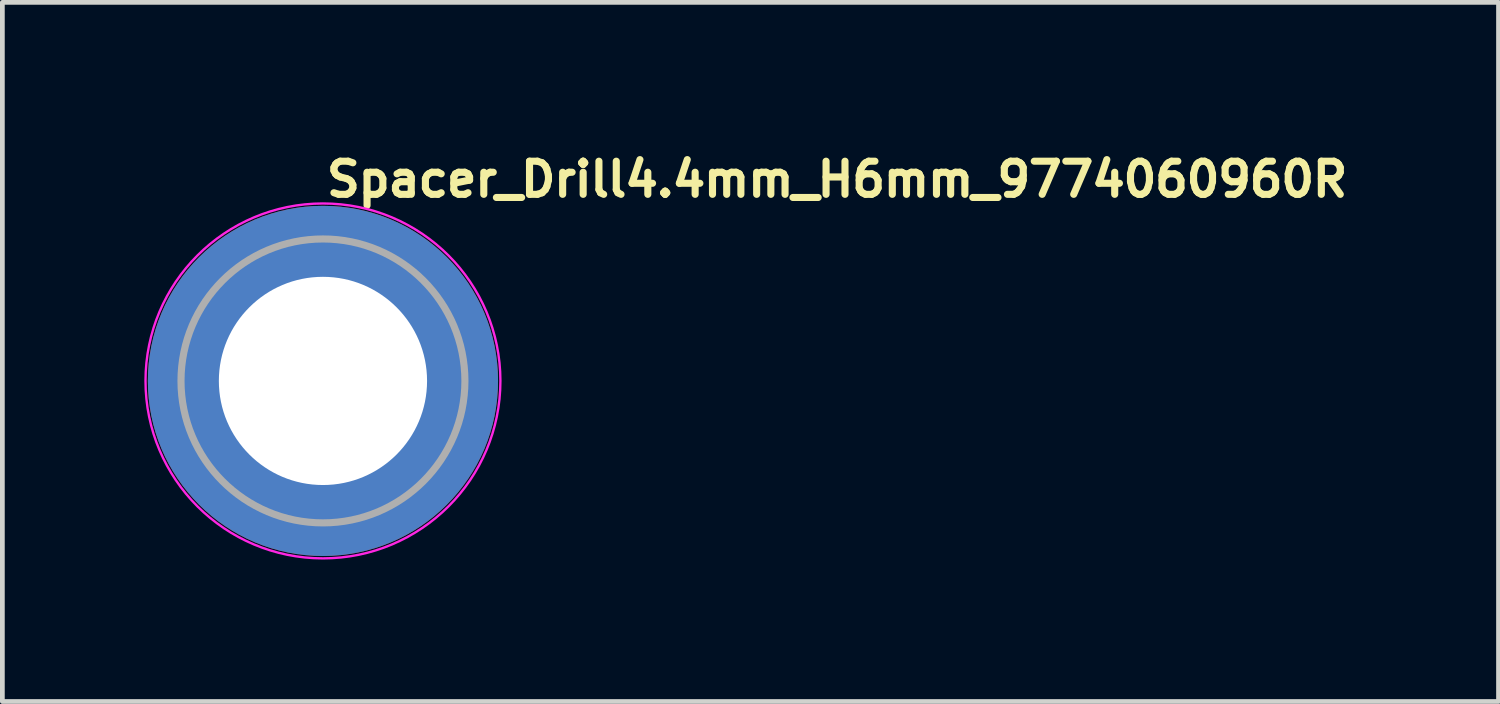
<source format=kicad_pcb>
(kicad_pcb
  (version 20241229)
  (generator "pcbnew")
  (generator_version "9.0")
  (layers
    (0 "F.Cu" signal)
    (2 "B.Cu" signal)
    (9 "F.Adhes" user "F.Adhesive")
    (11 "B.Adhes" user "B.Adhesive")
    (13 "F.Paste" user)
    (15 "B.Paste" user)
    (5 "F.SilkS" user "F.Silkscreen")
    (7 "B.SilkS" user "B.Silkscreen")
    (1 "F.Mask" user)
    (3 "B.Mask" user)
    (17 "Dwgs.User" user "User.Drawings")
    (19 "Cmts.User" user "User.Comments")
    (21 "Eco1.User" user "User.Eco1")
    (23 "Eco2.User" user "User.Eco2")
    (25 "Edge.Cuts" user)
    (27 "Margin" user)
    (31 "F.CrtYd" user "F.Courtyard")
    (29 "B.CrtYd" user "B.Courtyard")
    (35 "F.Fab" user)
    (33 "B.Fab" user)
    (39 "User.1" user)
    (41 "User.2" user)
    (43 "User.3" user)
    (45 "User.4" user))
  (footprint "Spacer_Drill4.4mm_H6mm_9774060960R"
    (layer "F.Cu")
    (at 3.775 5)
    (property "Reference" "Spacer_Drill4.4mm_H6mm_9774060960R" (at 0 -3.85 0) (layer "F.SilkS") (effects (font (size 0.7 0.7) (thickness 0.15)) (justify left bottom)))
    (attr smd)
    (fp_circle (center 0 0) (end 3.75 0) (stroke (width 0.05) (type solid)) (fill no) (layer "F.CrtYd"))
    (fp_circle (center 0 0) (end 3 0) (stroke (width 0.15) (type solid)) (fill no) (layer "F.Fab"))
    (fp_circle (center 0 0) (end 1.2 0) (stroke (width 0.02) (type default)) (fill no) (layer "User.9"))
    (fp_circle (center 0 0) (end 3 0) (stroke (width 0.02) (type default)) (fill no) (layer "User.9"))
    (pad "" smd custom (at -2.1 -2.1) (size 0.7 0.7) (layers "F.Paste") (options (anchor circle)) (primitives (gr_arc (start -0.377294 1.707681) (mid 0.317578 0.318818) (end 1.705945 -0.377044) (width 0.2)) (gr_arc (start -0.478281 1.707681) (mid 0.244583 0.250396) (end 1.699539 -0.477144) (width 0.2)) (gr_arc (start -0.579192 1.707681) (mid 0.173852 0.179706) (end 1.699475 -0.57809) (width 0.2)) (gr_arc (start -0.680037 1.707681) (mid 0.102165 0.109975) (end 1.696729 -0.678615) (width 0.2)) (gr_arc (start -0.780822 1.707681) (mid 0.031098 0.039621) (end 1.695722 -0.779322) (width 0.2)) (gr_arc (start -0.881554 1.707681) (mid -0.041167 -0.029528) (end 1.691343 -0.879562) (width 0.2)) (gr_arc (start -0.982237 1.707681) (mid -0.109168 -0.10296) (end 1.69896 -0.98122) (width 0.2)) (gr_arc (start -1.082877 1.707681) (mid -0.184209 -0.16932) (end 1.686763 -1.080475) (width 0.2)) (gr_arc (start -1.183476 1.707681) (mid -0.252982 -0.241979) (end 1.692214 -1.181768) (width 0.2)) (gr_arc (start -1.28404 1.707681) (mid -0.319065 -0.317332) (end 1.705244 -1.283783) (width 0.2)) (gr_line (start 1.708 -0.377) (end 1.708 -1.284) (width 0.2)) (gr_line (start -0.377 1.708) (end -1.284 1.708) (width 0.2))))
    (pad "" smd custom (at -2.1 2.1) (size 0.7 0.7) (layers "F.Paste") (options (anchor circle)) (primitives (gr_arc (start 1.707681 0.377294) (mid 0.318818 -0.317578) (end -0.377044 -1.705945) (width 0.2)) (gr_arc (start 1.707681 0.478281) (mid 0.250396 -0.244583) (end -0.477144 -1.699539) (width 0.2)) (gr_arc (start 1.707681 0.579192) (mid 0.179706 -0.173852) (end -0.57809 -1.699475) (width 0.2)) (gr_arc (start 1.707681 0.680037) (mid 0.109975 -0.102165) (end -0.678615 -1.696729) (width 0.2)) (gr_arc (start 1.707681 0.780822) (mid 0.039621 -0.031098) (end -0.779322 -1.695722) (width 0.2)) (gr_arc (start 1.707681 0.881554) (mid -0.029528 0.041167) (end -0.879562 -1.691343) (width 0.2)) (gr_arc (start 1.707681 0.982237) (mid -0.10485 0.107282) (end -0.981842 -1.704264) (width 0.2)) (gr_arc (start 1.707681 1.082877) (mid -0.169319 0.18421) (end -1.080475 -1.686759) (width 0.2)) (gr_arc (start 1.707681 1.183476) (mid -0.241979 0.252982) (end -1.181768 -1.692214) (width 0.2)) (gr_arc (start 1.707681 1.28404) (mid -0.315258 0.321134) (end -1.283164 -1.699417) (width 0.2)) (gr_line (start -0.377 -1.708) (end -1.284 -1.708) (width 0.2)) (gr_line (start 1.708 0.377) (end 1.708 1.284) (width 0.2))))
    (pad "" smd custom (at 2.1 -2.1) (size 0.7 0.7) (layers "F.Paste") (options (anchor circle)) (primitives (gr_arc (start -1.707681 -0.377294) (mid -0.318817 0.317579) (end 0.377044 1.705947) (width 0.2)) (gr_arc (start -1.707681 -0.478281) (mid -0.248815 0.24616) (end 0.477764 1.703961) (width 0.2)) (gr_arc (start -1.707681 -0.579192) (mid -0.182997 0.170578) (end 0.576824 1.690278) (width 0.2)) (gr_arc (start -1.707681 -0.680037) (mid -0.113388 0.098771) (end 0.67734 1.687185) (width 0.2)) (gr_arc (start -1.707681 -0.780822) (mid -0.039621 0.031098) (end 0.779322 1.695722) (width 0.2)) (gr_arc (start -1.707681 -0.881554) (mid 0.031359 -0.039345) (end 0.880198 1.696469) (width 0.2)) (gr_arc (start -1.707681 -0.982237) (mid 0.101068 -0.111053) (end 0.98059 1.693657) (width 0.2)) (gr_arc (start -1.707681 -1.082877) (mid 0.16932 -0.184209) (end 1.080475 1.686763) (width 0.2)) (gr_arc (start -1.707681 -1.183476) (mid 0.243995 -0.250974) (end 1.182402 1.69787) (width 0.2)) (gr_arc (start -1.707681 -1.28404) (mid 0.315257 -0.321134) (end 1.283162 1.699417) (width 0.2)) (gr_line (start 0.377 1.708) (end 1.284 1.708) (width 0.2)) (gr_line (start -1.708 -0.377) (end -1.708 -1.284) (width 0.2))))
    (pad "" smd custom (at 2.1 2.1) (size 0.7 0.7) (layers "F.Paste") (options (anchor circle)) (primitives (gr_arc (start 0.377294 -1.707681) (mid -0.317579 -0.318817) (end -1.705947 0.377044) (width 0.2)) (gr_arc (start 0.478281 -1.707681) (mid -0.24616 -0.248815) (end -1.703961 0.477764) (width 0.2)) (gr_arc (start 0.579192 -1.707681) (mid -0.170578 -0.182997) (end -1.690278 0.576824) (width 0.2)) (gr_arc (start 0.680037 -1.707681) (mid -0.098771 -0.113388) (end -1.687185 0.67734) (width 0.2)) (gr_arc (start 0.780822 -1.707681) (mid -0.031098 -0.039621) (end -1.695722 0.779322) (width 0.2)) (gr_arc (start 0.881554 -1.707681) (mid 0.039345 0.031359) (end -1.696469 0.880198) (width 0.2)) (gr_arc (start 0.982237 -1.707681) (mid 0.111053 0.101068) (end -1.693657 0.98059) (width 0.2)) (gr_arc (start 1.082877 -1.707681) (mid 0.184209 0.16932) (end -1.686763 1.080475) (width 0.2)) (gr_arc (start 1.183476 -1.707681) (mid 0.250974 0.243995) (end -1.69787 1.182402) (width 0.2)) (gr_arc (start 1.28404 -1.707681) (mid 0.321134 0.315257) (end -1.699417 1.283162) (width 0.2)) (gr_line (start -1.708 0.377) (end -1.708 1.284) (width 0.2)) (gr_line (start 0.377 -1.708) (end 1.284 -1.708) (width 0.2))))
    (pad "1" thru_hole circle (at 0 0) (size 7.4 7.4) (drill 4.4) (layers "*.Cu" "*.Mask")))
  (gr_rect
    (start -3 -3)
    (end 28.618 11.775)
    (stroke (width 0.1) (type default))
    (fill no)
    (layer "Edge.Cuts")))
</source>
